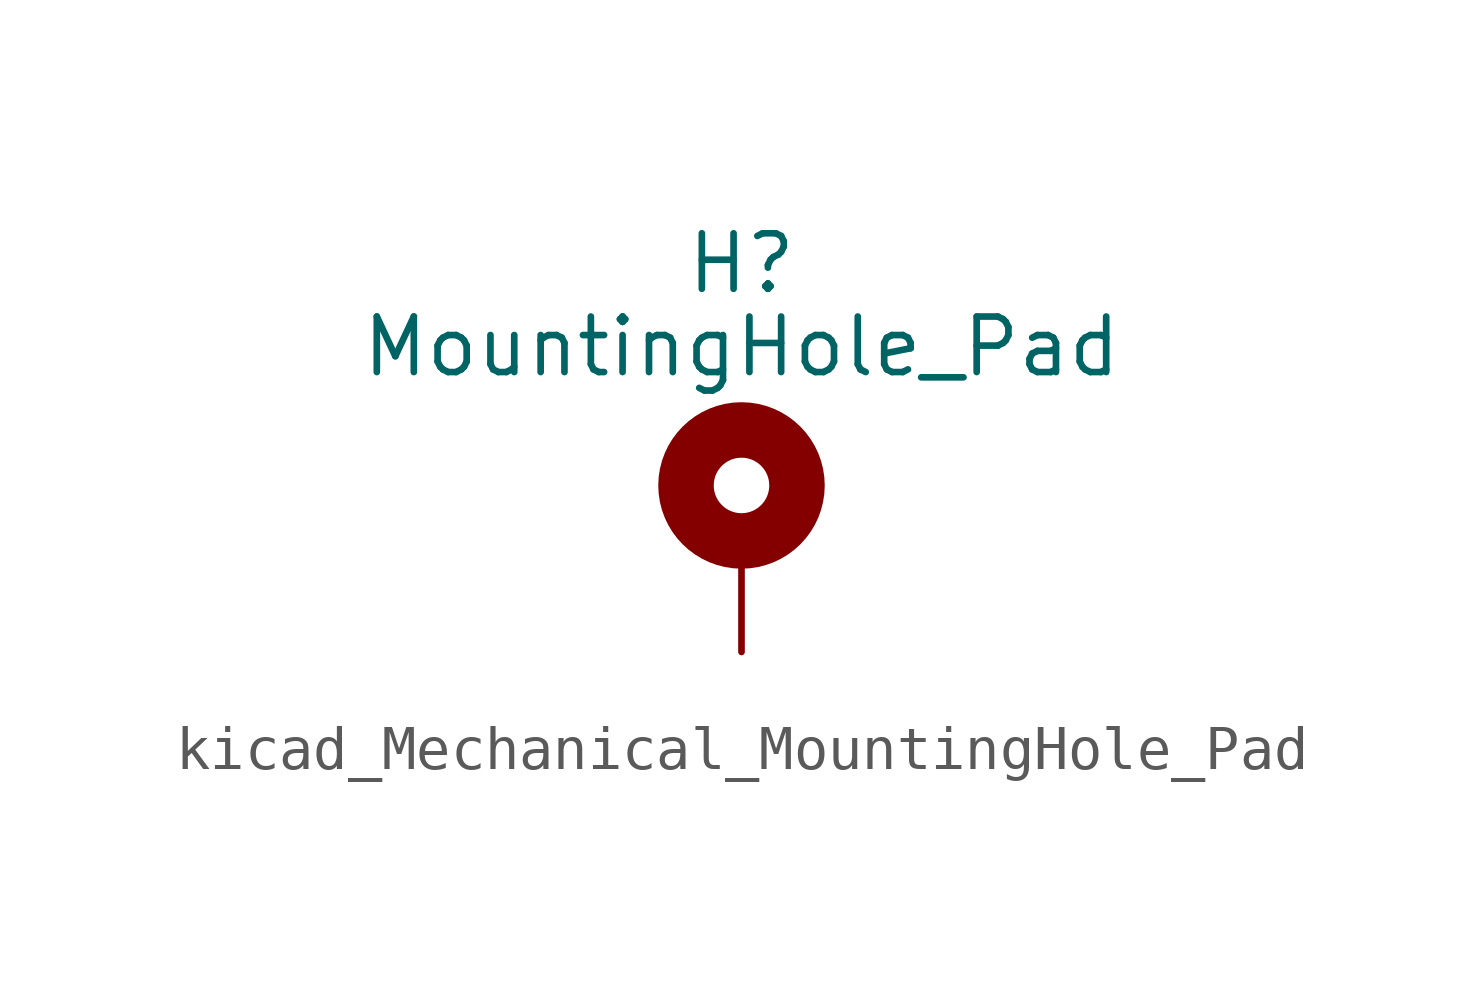
<source format=kicad_sym>
(kicad_symbol_lib
  (version 20220914)
  (generator kicad_symbol_editor)
  (symbol "kicad_Mechanical_MountingHole_Pad"
    (pin_numbers hide)
    (pin_names
      (offset 1.016) hide)
    (property "Reference" "H"
      (at 0 6.35 0)
      (effects (font (size 1.27 1.27))))
    (property "Value" "MountingHole_Pad"
      (at 0 4.445 0)
      (effects (font (size 1.27 1.27))))
    (symbol "kicad_Mechanical_MountingHole_Pad_0_1"
      (circle (center 0 1.27) (radius 1.27) (stroke (width 1.27) (type default)) (fill (type none))))
    (symbol "kicad_Mechanical_MountingHole_Pad_1_1"
      (pin input line (at 0 -2.54 90) (length 2.54) (name "1" (effects (font (size 1.27 1.27)))) (number "1" (effects (font (size 1.27 1.27))))))))
</source>
